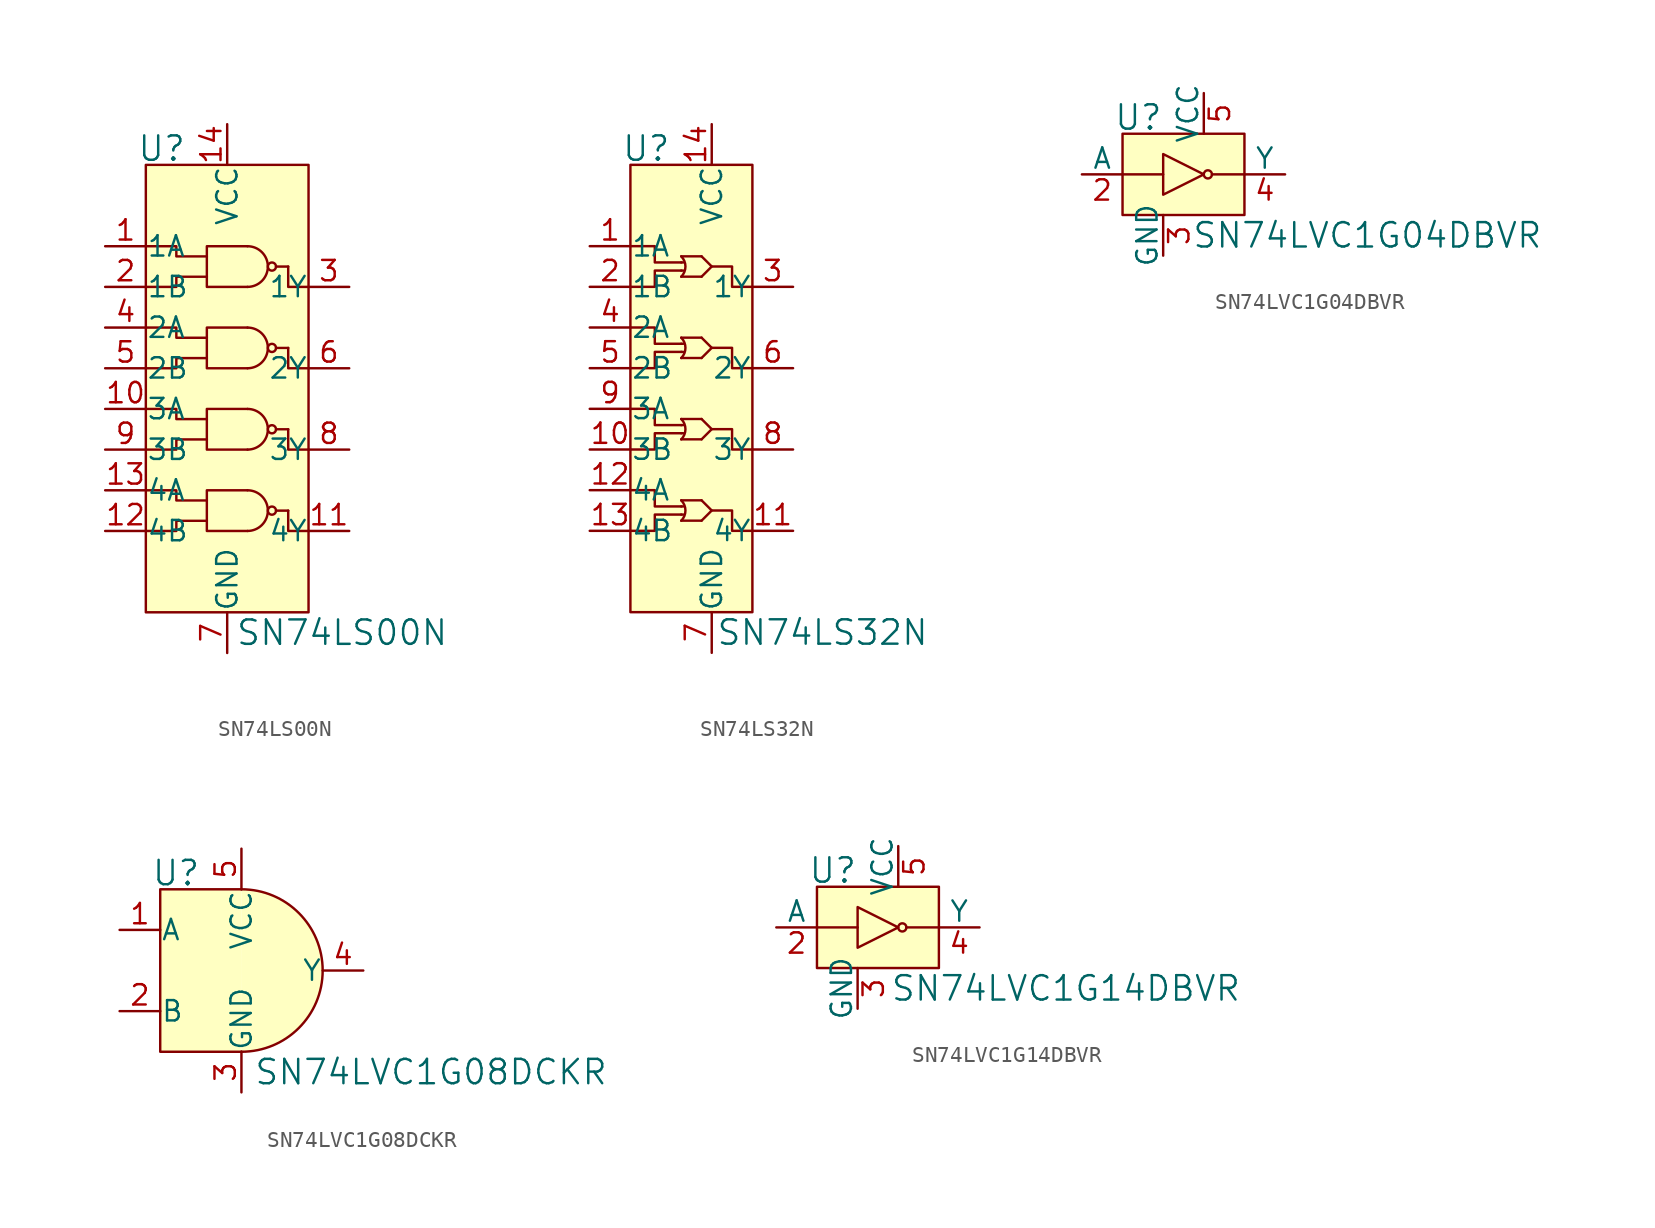
<source format=kicad_sym>
(kicad_symbol_lib
  (version 20220914)
  (generator kicad_symbol_editor)
  (symbol "SN74LS00N"
    (pin_names
      (offset 0.025))
    (property "Reference" "U"
      (at -5.08 11.176 0)
      (effects (font (size 1.524 1.524)) (justify right)))
    (property "Value" "SN74LS00N"
      (at -2.032 -19.05 0)
      (effects (font (size 1.524 1.524)) (justify left)))
    (symbol "SN74LS00N_0_1"
      (rectangle (start -7.62 10.16) (end 2.54 -17.78) (stroke (width 0) (type default)) (fill (type background)))
      (arc (start -1.27 -12.7) (mid -0.0055 -11.43) (end -1.27 -10.16) (stroke (width 0) (type default)) (fill (type none)))
      (arc (start -1.27 -7.62) (mid -0.0055 -6.35) (end -1.27 -5.08) (stroke (width 0) (type default)) (fill (type none)))
      (arc (start -1.27 -2.54) (mid -0.0055 -1.27) (end -1.27 0) (stroke (width 0) (type default)) (fill (type none)))
      (arc (start -1.27 2.54) (mid -0.0055 3.81) (end -1.27 5.08) (stroke (width 0) (type default)) (fill (type none)))
      (polyline (pts (xy 0.508 -11.43) (xy 1.27 -11.43)) (stroke (width 0) (type default)) (fill (type none)))
      (polyline (pts (xy 0.508 3.81) (xy 1.27 3.81)) (stroke (width 0) (type default)) (fill (type none)))
      (polyline (pts (xy 1.27 -6.35) (xy 0.508 -6.35)) (stroke (width 0) (type default)) (fill (type none)))
      (polyline (pts (xy 1.27 -1.27) (xy 0.508 -1.27)) (stroke (width 0) (type default)) (fill (type none)))
      (polyline (pts (xy 1.27 -11.43) (xy 1.27 -12.7) (xy 2.54 -12.7)) (stroke (width 0) (type default)) (fill (type none)))
      (polyline (pts (xy 1.27 -6.35) (xy 1.27 -7.62) (xy 2.54 -7.62)) (stroke (width 0) (type default)) (fill (type none)))
      (polyline (pts (xy 1.27 -1.27) (xy 1.27 -2.54) (xy 2.54 -2.54)) (stroke (width 0) (type default)) (fill (type none)))
      (polyline (pts (xy 1.27 3.81) (xy 1.27 2.54) (xy 2.54 2.54)) (stroke (width 0) (type default)) (fill (type none)))
      (polyline (pts (xy -7.62 -12.7) (xy -5.715 -12.7) (xy -5.715 -12.065) (xy -3.81 -12.065)) (stroke (width 0) (type default)) (fill (type none)))
      (polyline (pts (xy -7.62 -7.62) (xy -5.715 -7.62) (xy -5.715 -6.985) (xy -3.81 -6.985)) (stroke (width 0) (type default)) (fill (type none)))
      (polyline (pts (xy -7.62 -2.54) (xy -5.715 -2.54) (xy -5.715 -1.905) (xy -3.81 -1.905)) (stroke (width 0) (type default)) (fill (type none)))
      (polyline (pts (xy -3.81 -10.795) (xy -5.715 -10.795) (xy -5.715 -10.16) (xy -7.62 -10.16)) (stroke (width 0) (type default)) (fill (type none)))
      (polyline (pts (xy -3.81 -5.715) (xy -5.715 -5.715) (xy -5.715 -5.08) (xy -7.62 -5.08)) (stroke (width 0) (type default)) (fill (type none)))
      (polyline (pts (xy -3.81 -0.635) (xy -5.715 -0.635) (xy -5.715 0) (xy -7.62 0)) (stroke (width 0) (type default)) (fill (type none)))
      (polyline (pts (xy -3.81 3.175) (xy -5.715 3.175) (xy -5.715 2.54) (xy -7.62 2.54)) (stroke (width 0) (type default)) (fill (type none)))
      (polyline (pts (xy -3.81 4.445) (xy -5.715 4.445) (xy -5.715 5.08) (xy -7.62 5.08)) (stroke (width 0) (type default)) (fill (type none)))
      (polyline (pts (xy -1.27 -10.16) (xy -3.81 -10.16) (xy -3.81 -12.7) (xy -1.27 -12.7)) (stroke (width 0) (type default)) (fill (type none)))
      (polyline (pts (xy -1.27 -5.08) (xy -3.81 -5.08) (xy -3.81 -7.62) (xy -1.27 -7.62)) (stroke (width 0) (type default)) (fill (type none)))
      (polyline (pts (xy -1.27 0) (xy -3.81 0) (xy -3.81 -2.54) (xy -1.27 -2.54)) (stroke (width 0) (type default)) (fill (type none)))
      (polyline (pts (xy -1.27 5.08) (xy -3.81 5.08) (xy -3.81 2.54) (xy -1.27 2.54)) (stroke (width 0) (type default)) (fill (type none)))
      (circle (center 0.254 -11.43) (radius 0.254) (stroke (width 0) (type default)) (fill (type none)))
      (circle (center 0.254 -6.35) (radius 0.254) (stroke (width 0) (type default)) (fill (type none)))
      (circle (center 0.254 -1.27) (radius 0.254) (stroke (width 0) (type default)) (fill (type none)))
      (circle (center 0.254 3.81) (radius 0.254) (stroke (width 0) (type default)) (fill (type none))))
    (symbol "SN74LS00N_1_1"
      (pin input line (at -10.16 5.08 0) (length 2.54) (name "1A" (effects (font (size 1.27 1.27)))) (number "1" (effects (font (size 1.27 1.27)))))
      (pin input line (at -10.16 -5.08 0) (length 2.54) (name "3A" (effects (font (size 1.27 1.27)))) (number "10" (effects (font (size 1.27 1.27)))))
      (pin output line (at 5.08 -12.7 180) (length 2.54) (name "4Y" (effects (font (size 1.27 1.27)))) (number "11" (effects (font (size 1.27 1.27)))))
      (pin input line (at -10.16 -12.7 0) (length 2.54) (name "4B" (effects (font (size 1.27 1.27)))) (number "12" (effects (font (size 1.27 1.27)))))
      (pin input line (at -10.16 -10.16 0) (length 2.54) (name "4A" (effects (font (size 1.27 1.27)))) (number "13" (effects (font (size 1.27 1.27)))))
      (pin power_in line (at -2.54 12.7 270) (length 2.54) (name "VCC" (effects (font (size 1.27 1.27)))) (number "14" (effects (font (size 1.27 1.27)))))
      (pin input line (at -10.16 2.54 0) (length 2.54) (name "1B" (effects (font (size 1.27 1.27)))) (number "2" (effects (font (size 1.27 1.27)))))
      (pin output line (at 5.08 2.54 180) (length 2.54) (name "1Y" (effects (font (size 1.27 1.27)))) (number "3" (effects (font (size 1.27 1.27)))))
      (pin input line (at -10.16 0 0) (length 2.54) (name "2A" (effects (font (size 1.27 1.27)))) (number "4" (effects (font (size 1.27 1.27)))))
      (pin input line (at -10.16 -2.54 0) (length 2.54) (name "2B" (effects (font (size 1.27 1.27)))) (number "5" (effects (font (size 1.27 1.27)))))
      (pin output line (at 5.08 -2.54 180) (length 2.54) (name "2Y" (effects (font (size 1.27 1.27)))) (number "6" (effects (font (size 1.27 1.27)))))
      (pin power_in line (at -2.54 -20.32 90) (length 2.54) (name "GND" (effects (font (size 1.27 1.27)))) (number "7" (effects (font (size 1.27 1.27)))))
      (pin output line (at 5.08 -7.62 180) (length 2.54) (name "3Y" (effects (font (size 1.27 1.27)))) (number "8" (effects (font (size 1.27 1.27)))))
      (pin input line (at -10.16 -7.62 0) (length 2.54) (name "3B" (effects (font (size 1.27 1.27)))) (number "9" (effects (font (size 1.27 1.27)))))))
  (symbol "SN74LS32N"
    (pin_names
      (offset 0.025))
    (property "Reference" "U"
      (at -2.54 8.636 0)
      (effects (font (size 1.524 1.524)) (justify right)))
    (property "Value" "SN74LS32N"
      (at 0.254 -21.59 0)
      (effects (font (size 1.524 1.524)) (justify left)))
    (symbol "SN74LS32N_0_1"
      (rectangle (start -5.08 7.62) (end 2.54 -20.32) (stroke (width 0) (type default)) (fill (type background)))
      (arc (start -1.905 -14.605) (mid -1.642 -13.97) (end -1.905 -13.335) (stroke (width 0) (type default)) (fill (type none)))
      (arc (start -1.905 -9.525) (mid -1.642 -8.89) (end -1.905 -8.255) (stroke (width 0) (type default)) (fill (type none)))
      (arc (start -1.905 -4.445) (mid -1.642 -3.81) (end -1.905 -3.175) (stroke (width 0) (type default)) (fill (type none)))
      (arc (start -1.905 0.635) (mid -1.642 1.27) (end -1.905 1.905) (stroke (width 0) (type default)) (fill (type none)))
      (polyline (pts (xy -1.905 -14.224) (xy -1.778 -14.224)) (stroke (width 0) (type default)) (fill (type none)))
      (polyline (pts (xy -1.905 -13.716) (xy -1.778 -13.716)) (stroke (width 0) (type default)) (fill (type none)))
      (polyline (pts (xy -1.905 -9.144) (xy -1.778 -9.144)) (stroke (width 0) (type default)) (fill (type none)))
      (polyline (pts (xy -1.905 -8.636) (xy -1.778 -8.636)) (stroke (width 0) (type default)) (fill (type none)))
      (polyline (pts (xy -1.905 -4.064) (xy -1.778 -4.064)) (stroke (width 0) (type default)) (fill (type none)))
      (polyline (pts (xy -1.905 -3.556) (xy -1.778 -3.556)) (stroke (width 0) (type default)) (fill (type none)))
      (polyline (pts (xy -1.905 1.016) (xy -1.778 1.016)) (stroke (width 0) (type default)) (fill (type none)))
      (polyline (pts (xy -1.905 1.524) (xy -1.778 1.524)) (stroke (width 0) (type default)) (fill (type none)))
      (polyline (pts (xy -0.635 -14.605) (xy -1.905 -14.605)) (stroke (width 0) (type default)) (fill (type none)))
      (polyline (pts (xy -0.635 -13.335) (xy -1.905 -13.335)) (stroke (width 0) (type default)) (fill (type none)))
      (polyline (pts (xy -0.635 -9.525) (xy -1.905 -9.525)) (stroke (width 0) (type default)) (fill (type none)))
      (polyline (pts (xy -0.635 -8.255) (xy -1.905 -8.255)) (stroke (width 0) (type default)) (fill (type none)))
      (polyline (pts (xy -0.635 -4.445) (xy -1.905 -4.445)) (stroke (width 0) (type default)) (fill (type none)))
      (polyline (pts (xy -0.635 -3.175) (xy -1.905 -3.175)) (stroke (width 0) (type default)) (fill (type none)))
      (polyline (pts (xy -0.635 0.635) (xy -1.905 0.635)) (stroke (width 0) (type default)) (fill (type none)))
      (polyline (pts (xy -0.635 1.905) (xy -1.905 1.905)) (stroke (width 0) (type default)) (fill (type none)))
      (polyline (pts (xy -0.635 -13.335) (xy 0 -13.97) (xy -0.635 -14.605)) (stroke (width 0) (type default)) (fill (type none)))
      (polyline (pts (xy -0.635 -8.255) (xy 0 -8.89) (xy -0.635 -9.525)) (stroke (width 0) (type default)) (fill (type none)))
      (polyline (pts (xy -0.635 -3.175) (xy 0 -3.81) (xy -0.635 -4.445)) (stroke (width 0) (type default)) (fill (type none)))
      (polyline (pts (xy -0.635 1.905) (xy 0 1.27) (xy -0.635 0.635)) (stroke (width 0) (type default)) (fill (type none)))
      (polyline (pts (xy -5.08 -15.24) (xy -3.556 -15.24) (xy -3.556 -14.224) (xy -1.905 -14.224)) (stroke (width 0) (type default)) (fill (type none)))
      (polyline (pts (xy -5.08 -10.16) (xy -3.556 -10.16) (xy -3.556 -9.144) (xy -1.905 -9.144)) (stroke (width 0) (type default)) (fill (type none)))
      (polyline (pts (xy -5.08 -5.08) (xy -3.556 -5.08) (xy -3.556 -4.064) (xy -1.905 -4.064)) (stroke (width 0) (type default)) (fill (type none)))
      (polyline (pts (xy -5.08 0) (xy -3.556 0) (xy -3.556 1.016) (xy -1.905 1.016)) (stroke (width 0) (type default)) (fill (type none)))
      (polyline (pts (xy -1.905 -13.716) (xy -3.556 -13.716) (xy -3.556 -12.7) (xy -5.08 -12.7)) (stroke (width 0) (type default)) (fill (type none)))
      (polyline (pts (xy -1.905 -8.636) (xy -3.556 -8.636) (xy -3.556 -7.62) (xy -5.08 -7.62)) (stroke (width 0) (type default)) (fill (type none)))
      (polyline (pts (xy -1.905 -3.556) (xy -3.556 -3.556) (xy -3.556 -2.54) (xy -5.08 -2.54)) (stroke (width 0) (type default)) (fill (type none)))
      (polyline (pts (xy -1.905 1.524) (xy -3.556 1.524) (xy -3.556 2.54) (xy -5.08 2.54)) (stroke (width 0) (type default)) (fill (type none)))
      (polyline (pts (xy 2.54 -15.24) (xy 1.27 -15.24) (xy 1.27 -13.97) (xy 0 -13.97)) (stroke (width 0) (type default)) (fill (type none)))
      (polyline (pts (xy 2.54 -10.16) (xy 1.27 -10.16) (xy 1.27 -8.89) (xy 0 -8.89)) (stroke (width 0) (type default)) (fill (type none)))
      (polyline (pts (xy 2.54 -5.08) (xy 1.27 -5.08) (xy 1.27 -3.81) (xy 0 -3.81)) (stroke (width 0) (type default)) (fill (type none)))
      (polyline (pts (xy 2.54 0) (xy 1.27 0) (xy 1.27 1.27) (xy 0 1.27)) (stroke (width 0) (type default)) (fill (type none))))
    (symbol "SN74LS32N_1_1"
      (pin input line (at -7.62 2.54 0) (length 2.54) (name "1A" (effects (font (size 1.27 1.27)))) (number "1" (effects (font (size 1.27 1.27)))))
      (pin input line (at -7.62 -10.16 0) (length 2.54) (name "3B" (effects (font (size 1.27 1.27)))) (number "10" (effects (font (size 1.27 1.27)))))
      (pin output line (at 5.08 -15.24 180) (length 2.54) (name "4Y" (effects (font (size 1.27 1.27)))) (number "11" (effects (font (size 1.27 1.27)))))
      (pin input line (at -7.62 -12.7 0) (length 2.54) (name "4A" (effects (font (size 1.27 1.27)))) (number "12" (effects (font (size 1.27 1.27)))))
      (pin input line (at -7.62 -15.24 0) (length 2.54) (name "4B" (effects (font (size 1.27 1.27)))) (number "13" (effects (font (size 1.27 1.27)))))
      (pin power_in line (at 0 10.16 270) (length 2.54) (name "VCC" (effects (font (size 1.27 1.27)))) (number "14" (effects (font (size 1.27 1.27)))))
      (pin input line (at -7.62 0 0) (length 2.54) (name "1B" (effects (font (size 1.27 1.27)))) (number "2" (effects (font (size 1.27 1.27)))))
      (pin output line (at 5.08 0 180) (length 2.54) (name "1Y" (effects (font (size 1.27 1.27)))) (number "3" (effects (font (size 1.27 1.27)))))
      (pin input line (at -7.62 -2.54 0) (length 2.54) (name "2A" (effects (font (size 1.27 1.27)))) (number "4" (effects (font (size 1.27 1.27)))))
      (pin input line (at -7.62 -5.08 0) (length 2.54) (name "2B" (effects (font (size 1.27 1.27)))) (number "5" (effects (font (size 1.27 1.27)))))
      (pin output line (at 5.08 -5.08 180) (length 2.54) (name "2Y" (effects (font (size 1.27 1.27)))) (number "6" (effects (font (size 1.27 1.27)))))
      (pin power_in line (at 0 -22.86 90) (length 2.54) (name "GND" (effects (font (size 1.27 1.27)))) (number "7" (effects (font (size 1.27 1.27)))))
      (pin output line (at 5.08 -10.16 180) (length 2.54) (name "3Y" (effects (font (size 1.27 1.27)))) (number "8" (effects (font (size 1.27 1.27)))))
      (pin input line (at -7.62 -7.62 0) (length 2.54) (name "3A" (effects (font (size 1.27 1.27)))) (number "9" (effects (font (size 1.27 1.27)))))))
  (symbol "SN74LVC1G04DBVR"
    (pin_names
      (offset 0))
    (property "Reference" "U"
      (at -2.54 3.556 0)
      (effects (font (size 1.524 1.524)) (justify right)))
    (property "Value" "SN74LVC1G04DBVR"
      (at -0.762 -3.81 0)
      (effects (font (size 1.524 1.524)) (justify left)))
    (symbol "SN74LVC1G04DBVR_0_1"
      (rectangle (start -5.08 2.54) (end 2.54 -2.54) (stroke (width 0) (type default)) (fill (type background)))
      (polyline (pts (xy -2.54 0) (xy -5.08 0)) (stroke (width 0) (type default)) (fill (type none)))
      (polyline (pts (xy 2.54 0) (xy 0.508 0)) (stroke (width 0) (type default)) (fill (type none)))
      (polyline (pts (xy -2.54 1.27) (xy -2.54 -1.27) (xy 0 0) (xy -2.54 1.27)) (stroke (width 0) (type default)) (fill (type none)))
      (circle (center 0.254 0) (radius 0.254) (stroke (width 0) (type default)) (fill (type none))))
    (symbol "SN74LVC1G04DBVR_1_1"
      (pin no_connect line (at -2.54 0 0) (length 2.54) hide (name "NC" (effects (font (size 1.27 1.27)))) (number "1" (effects (font (size 1.27 1.27)))))
      (pin input line (at -7.62 0 0) (length 2.54) (name "A" (effects (font (size 1.27 1.27)))) (number "2" (effects (font (size 1.27 1.27)))))
      (pin power_in line (at -2.54 -5.08 90) (length 2.54) (name "GND" (effects (font (size 1.27 1.27)))) (number "3" (effects (font (size 1.27 1.27)))))
      (pin output line (at 5.08 0 180) (length 2.54) (name "Y" (effects (font (size 1.27 1.27)))) (number "4" (effects (font (size 1.27 1.27)))))
      (pin power_in line (at 0 5.08 270) (length 2.54) (name "VCC" (effects (font (size 1.27 1.27)))) (number "5" (effects (font (size 1.27 1.27)))))))
  (symbol "SN74LVC1G08DCKR"
    (pin_names
      (offset 0.025))
    (property "Reference" "U"
      (at -2.54 6.096 0)
      (effects (font (size 1.524 1.524)) (justify right)))
    (property "Value" "SN74LVC1G08DCKR"
      (at 0.762 -6.35 0)
      (effects (font (size 1.524 1.524)) (justify left)))
    (symbol "SN74LVC1G08DCKR_1_1"
      (arc (start 0 -5.08) (mid 5.0579 0) (end 0 5.08) (stroke (width 0) (type default)) (fill (type background)))
      (polyline (pts (xy 0 5.08) (xy -5.08 5.08) (xy -5.08 -5.08) (xy 0 -5.08)) (stroke (width 0) (type default)) (fill (type background)))
      (pin input line (at -7.62 2.54 0) (length 2.54) (name "A" (effects (font (size 1.27 1.27)))) (number "1" (effects (font (size 1.27 1.27)))))
      (pin input line (at -7.62 -2.54 0) (length 2.54) (name "B" (effects (font (size 1.27 1.27)))) (number "2" (effects (font (size 1.27 1.27)))))
      (pin power_in line (at 0 -7.62 90) (length 2.54) (name "GND" (effects (font (size 1.27 1.27)))) (number "3" (effects (font (size 1.27 1.27)))))
      (pin output line (at 7.62 0 180) (length 2.54) (name "Y" (effects (font (size 1.27 1.27)))) (number "4" (effects (font (size 1.27 1.27)))))
      (pin power_in line (at 0 7.62 270) (length 2.54) (name "VCC" (effects (font (size 1.27 1.27)))) (number "5" (effects (font (size 1.27 1.27)))))))
  (symbol "SN74LVC1G14DBVR"
    (pin_names
      (offset 0))
    (property "Reference" "U"
      (at -2.54 3.556 0)
      (effects (font (size 1.524 1.524)) (justify right)))
    (property "Value" "SN74LVC1G14DBVR"
      (at -0.508 -3.81 0)
      (effects (font (size 1.524 1.524)) (justify left)))
    (symbol "SN74LVC1G14DBVR_0_1"
      (rectangle (start -5.08 2.54) (end 2.54 -2.54) (stroke (width 0) (type default)) (fill (type background)))
      (polyline (pts (xy -2.54 0) (xy -5.08 0)) (stroke (width 0) (type default)) (fill (type none)))
      (polyline (pts (xy 2.54 0) (xy 0.508 0)) (stroke (width 0) (type default)) (fill (type none)))
      (polyline (pts (xy -2.54 1.27) (xy -2.54 -1.27) (xy 0 0) (xy -2.54 1.27)) (stroke (width 0) (type default)) (fill (type none)))
      (circle (center 0.254 0) (radius 0.254) (stroke (width 0) (type default)) (fill (type none))))
    (symbol "SN74LVC1G14DBVR_1_1"
      (pin no_connect line (at -2.54 0 0) (length 2.54) hide (name "NC" (effects (font (size 1.27 1.27)))) (number "1" (effects (font (size 1.27 1.27)))))
      (pin input line (at -7.62 0 0) (length 2.54) (name "A" (effects (font (size 1.27 1.27)))) (number "2" (effects (font (size 1.27 1.27)))))
      (pin power_in line (at -2.54 -5.08 90) (length 2.54) (name "GND" (effects (font (size 1.27 1.27)))) (number "3" (effects (font (size 1.27 1.27)))))
      (pin output line (at 5.08 0 180) (length 2.54) (name "Y" (effects (font (size 1.27 1.27)))) (number "4" (effects (font (size 1.27 1.27)))))
      (pin power_in line (at 0 5.08 270) (length 2.54) (name "VCC" (effects (font (size 1.27 1.27)))) (number "5" (effects (font (size 1.27 1.27))))))))
</source>
